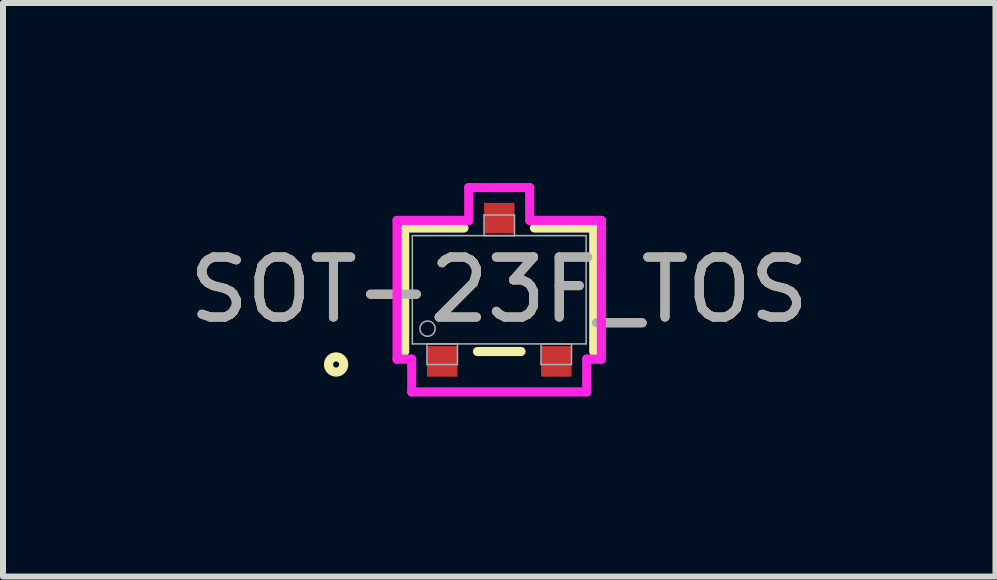
<source format=kicad_pcb>
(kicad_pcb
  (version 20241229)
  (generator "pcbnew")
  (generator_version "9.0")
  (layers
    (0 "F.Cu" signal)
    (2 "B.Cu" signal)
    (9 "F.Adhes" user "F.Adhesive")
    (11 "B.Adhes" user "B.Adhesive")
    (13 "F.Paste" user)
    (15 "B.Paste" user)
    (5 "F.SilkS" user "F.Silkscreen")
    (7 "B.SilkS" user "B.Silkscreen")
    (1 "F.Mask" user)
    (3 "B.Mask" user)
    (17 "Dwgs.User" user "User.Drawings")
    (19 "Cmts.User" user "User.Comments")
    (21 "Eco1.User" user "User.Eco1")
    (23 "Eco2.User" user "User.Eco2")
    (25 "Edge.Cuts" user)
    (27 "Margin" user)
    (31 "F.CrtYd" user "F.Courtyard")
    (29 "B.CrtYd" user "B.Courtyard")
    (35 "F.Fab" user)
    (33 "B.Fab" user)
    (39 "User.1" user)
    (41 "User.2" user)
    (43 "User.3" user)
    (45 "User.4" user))
  (footprint "SOT-23F_TOS"
    (layer "F.Cu")
    (at 5.268 1.778)
    (property "Reference" "SOT-23F_TOS" (at 0 0 0) (unlocked yes) (layer "F.SilkS") (effects (font (size 1 1) (thickness 0.15))))
    (attr smd)
    (fp_line (start -1.575 -1.029) (end -1.575 1.029) (stroke (width 0.152) (type solid)) (layer "F.SilkS"))
    (fp_line (start -0.587 -1.029) (end -1.575 -1.029) (stroke (width 0.152) (type solid)) (layer "F.SilkS"))
    (fp_line (start -0.363 1.029) (end 0.363 1.029) (stroke (width 0.152) (type solid)) (layer "F.SilkS"))
    (fp_line (start 1.575 -1.029) (end 0.587 -1.029) (stroke (width 0.152) (type solid)) (layer "F.SilkS"))
    (fp_line (start 1.575 1.029) (end 1.575 -1.029) (stroke (width 0.152) (type solid)) (layer "F.SilkS"))
    (fp_circle (center -2.718 1.245) (end -2.591 1.245) (stroke (width 0.152) (type solid)) (fill no) (layer "F.SilkS"))
    (fp_line (start -1.702 -1.156) (end -0.508 -1.156) (stroke (width 0.152) (type solid)) (layer "F.CrtYd"))
    (fp_line (start -1.702 1.156) (end -1.702 -1.156) (stroke (width 0.152) (type solid)) (layer "F.CrtYd"))
    (fp_line (start -1.702 1.156) (end -1.458 1.156) (stroke (width 0.152) (type solid)) (layer "F.CrtYd"))
    (fp_line (start -1.458 1.156) (end -1.458 1.702) (stroke (width 0.152) (type solid)) (layer "F.CrtYd"))
    (fp_line (start -1.458 1.702) (end 1.458 1.702) (stroke (width 0.152) (type solid)) (layer "F.CrtYd"))
    (fp_line (start -0.508 -1.702) (end 0.508 -1.702) (stroke (width 0.152) (type solid)) (layer "F.CrtYd"))
    (fp_line (start -0.508 -1.156) (end -0.508 -1.702) (stroke (width 0.152) (type solid)) (layer "F.CrtYd"))
    (fp_line (start 0.508 -1.156) (end 0.508 -1.702) (stroke (width 0.152) (type solid)) (layer "F.CrtYd"))
    (fp_line (start 1.458 1.156) (end 1.458 1.702) (stroke (width 0.152) (type solid)) (layer "F.CrtYd"))
    (fp_line (start 1.702 -1.156) (end 0.508 -1.156) (stroke (width 0.152) (type solid)) (layer "F.CrtYd"))
    (fp_line (start 1.702 -1.156) (end 1.702 1.156) (stroke (width 0.152) (type solid)) (layer "F.CrtYd"))
    (fp_line (start 1.702 1.156) (end 1.458 1.156) (stroke (width 0.152) (type solid)) (layer "F.CrtYd"))
    (fp_line (start -1.448 -0.902) (end -1.448 0.902) (stroke (width 0.025) (type solid)) (layer "F.Fab"))
    (fp_line (start -1.448 0.902) (end 1.448 0.902) (stroke (width 0.025) (type solid)) (layer "F.Fab"))
    (fp_line (start -1.204 0.902) (end -1.204 1.245) (stroke (width 0.025) (type solid)) (layer "F.Fab"))
    (fp_line (start -1.204 1.245) (end -0.696 1.245) (stroke (width 0.025) (type solid)) (layer "F.Fab"))
    (fp_line (start -0.696 0.902) (end -1.204 0.902) (stroke (width 0.025) (type solid)) (layer "F.Fab"))
    (fp_line (start -0.696 1.245) (end -0.696 0.902) (stroke (width 0.025) (type solid)) (layer "F.Fab"))
    (fp_line (start -0.254 -1.245) (end -0.254 -0.902) (stroke (width 0.025) (type solid)) (layer "F.Fab"))
    (fp_line (start -0.254 -0.902) (end 0.254 -0.902) (stroke (width 0.025) (type solid)) (layer "F.Fab"))
    (fp_line (start 0.254 -1.245) (end -0.254 -1.245) (stroke (width 0.025) (type solid)) (layer "F.Fab"))
    (fp_line (start 0.254 -0.902) (end 0.254 -1.245) (stroke (width 0.025) (type solid)) (layer "F.Fab"))
    (fp_line (start 0.696 0.902) (end 0.696 1.245) (stroke (width 0.025) (type solid)) (layer "F.Fab"))
    (fp_line (start 0.696 1.245) (end 1.204 1.245) (stroke (width 0.025) (type solid)) (layer "F.Fab"))
    (fp_line (start 1.204 0.902) (end 0.696 0.902) (stroke (width 0.025) (type solid)) (layer "F.Fab"))
    (fp_line (start 1.204 1.245) (end 1.204 0.902) (stroke (width 0.025) (type solid)) (layer "F.Fab"))
    (fp_line (start 1.448 -0.902) (end -1.448 -0.902) (stroke (width 0.025) (type solid)) (layer "F.Fab"))
    (fp_line (start 1.448 0.902) (end 1.448 -0.902) (stroke (width 0.025) (type solid)) (layer "F.Fab"))
    (fp_circle (center -1.194 0.648) (end -1.067 0.648) (stroke (width 0.025) (type solid)) (fill no) (layer "F.Fab"))
    (fp_text user "${REFERENCE}" (at 0 0 0) (unlocked yes) (layer "F.Fab") (effects (font (size 1 1) (thickness 0.15))))
    (pad "1" smd rect (at -0.95 1.194) (size 0.508 0.508) (layers "F.Cu" "F.Mask" "F.Paste"))
    (pad "2" smd rect (at 0.95 1.194) (size 0.508 0.508) (layers "F.Cu" "F.Mask" "F.Paste"))
    (pad "3" smd rect (at 0 -1.194) (size 0.508 0.508) (layers "F.Cu" "F.Mask" "F.Paste")))
  (gr_rect
    (start -3 -3)
    (end 13.536 6.556)
    (stroke (width 0.1) (type default))
    (fill no)
    (layer "Edge.Cuts")))
</source>
